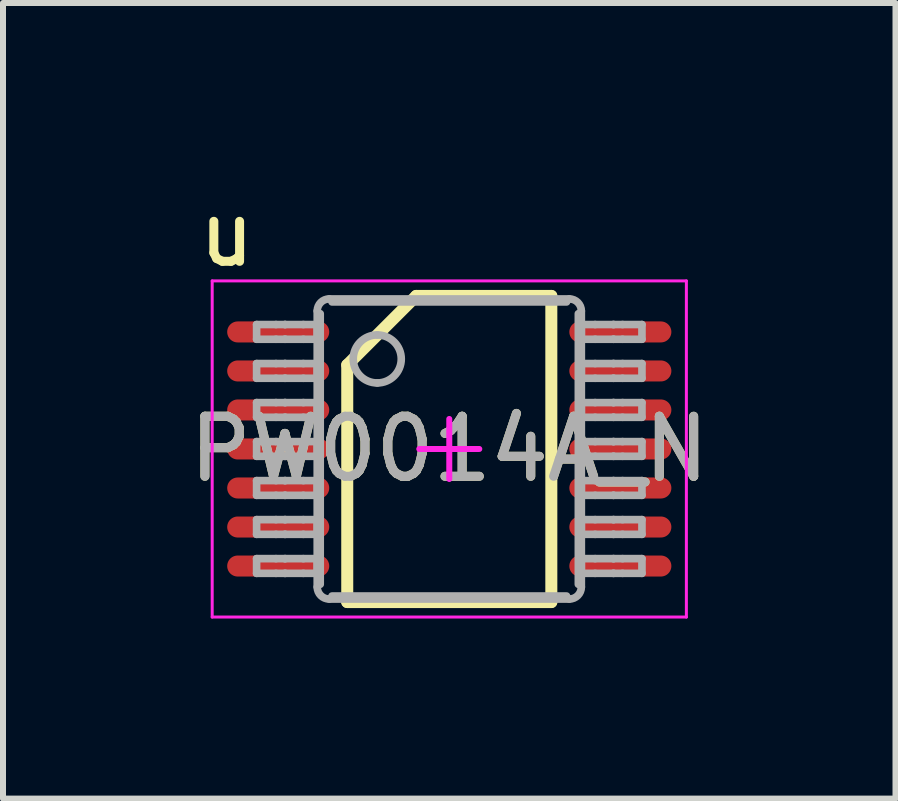
<source format=kicad_pcb>
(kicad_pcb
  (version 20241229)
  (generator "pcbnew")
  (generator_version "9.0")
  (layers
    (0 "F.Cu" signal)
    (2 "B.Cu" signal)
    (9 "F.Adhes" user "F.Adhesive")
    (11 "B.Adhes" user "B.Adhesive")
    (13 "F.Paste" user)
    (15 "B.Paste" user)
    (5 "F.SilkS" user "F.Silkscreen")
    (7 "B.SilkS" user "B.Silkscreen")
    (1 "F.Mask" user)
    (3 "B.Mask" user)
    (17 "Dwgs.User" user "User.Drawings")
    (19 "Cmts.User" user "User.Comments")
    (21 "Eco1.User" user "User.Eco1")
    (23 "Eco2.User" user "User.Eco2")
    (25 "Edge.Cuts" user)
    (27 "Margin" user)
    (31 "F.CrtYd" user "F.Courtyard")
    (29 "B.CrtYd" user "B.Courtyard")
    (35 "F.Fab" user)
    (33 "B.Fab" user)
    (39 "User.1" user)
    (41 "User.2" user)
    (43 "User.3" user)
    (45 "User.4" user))
  (footprint "PW0014A_N"
    (layer "F.Cu")
    (at 4.435 4.43)
    (property "Reference" "PW0014A_N" (at 0 0 0) (unlocked yes) (layer "F.SilkS") (effects (font (size 1 1) (thickness 0.15))))
    (attr smd)
    (fp_line (start -1.7 -1.4) (end -0.55 -2.55) (stroke (width 0.2) (type solid)) (layer "F.SilkS"))
    (fp_line (start -1.7 2.55) (end -1.7 -1.4) (stroke (width 0.2) (type solid)) (layer "F.SilkS"))
    (fp_line (start -1.7 2.55) (end 1.7 2.55) (stroke (width 0.2) (type solid)) (layer "F.SilkS"))
    (fp_line (start -0.55 -2.55) (end 1.7 -2.55) (stroke (width 0.2) (type solid)) (layer "F.SilkS"))
    (fp_line (start 1.7 2.55) (end 1.7 -2.55) (stroke (width 0.2) (type solid)) (layer "F.SilkS"))
    (fp_line (start -3.95 -2.8) (end 3.95 -2.8) (stroke (width 0.05) (type solid)) (layer "F.CrtYd"))
    (fp_line (start -3.95 2.8) (end -3.95 -2.8) (stroke (width 0.05) (type solid)) (layer "F.CrtYd"))
    (fp_line (start -3.95 2.8) (end 3.95 2.8) (stroke (width 0.05) (type solid)) (layer "F.CrtYd"))
    (fp_line (start -0.5 0) (end 0.5 0) (stroke (width 0.1) (type solid)) (layer "F.CrtYd"))
    (fp_line (start 0 0.5) (end 0 -0.5) (stroke (width 0.1) (type solid)) (layer "F.CrtYd"))
    (fp_line (start 3.95 2.8) (end 3.95 -2.8) (stroke (width 0.05) (type solid)) (layer "F.CrtYd"))
    (fp_line (start -3.21 -2.073) (end -2.887 -2.073) (stroke (width 0.127) (type solid)) (layer "F.Fab"))
    (fp_line (start -3.21 -1.828) (end -3.21 -2.073) (stroke (width 0.127) (type solid)) (layer "F.Fab"))
    (fp_line (start -3.21 -1.828) (end -2.887 -1.828) (stroke (width 0.127) (type solid)) (layer "F.Fab"))
    (fp_line (start -3.21 -1.423) (end -2.887 -1.423) (stroke (width 0.127) (type solid)) (layer "F.Fab"))
    (fp_line (start -3.21 -1.178) (end -3.21 -1.423) (stroke (width 0.127) (type solid)) (layer "F.Fab"))
    (fp_line (start -3.21 -1.178) (end -2.887 -1.178) (stroke (width 0.127) (type solid)) (layer "F.Fab"))
    (fp_line (start -3.21 -0.773) (end -2.887 -0.773) (stroke (width 0.127) (type solid)) (layer "F.Fab"))
    (fp_line (start -3.21 -0.528) (end -3.21 -0.773) (stroke (width 0.127) (type solid)) (layer "F.Fab"))
    (fp_line (start -3.21 -0.528) (end -2.887 -0.528) (stroke (width 0.127) (type solid)) (layer "F.Fab"))
    (fp_line (start -3.21 -0.123) (end -2.887 -0.123) (stroke (width 0.127) (type solid)) (layer "F.Fab"))
    (fp_line (start -3.21 0.122) (end -3.21 -0.123) (stroke (width 0.127) (type solid)) (layer "F.Fab"))
    (fp_line (start -3.21 0.122) (end -2.887 0.122) (stroke (width 0.127) (type solid)) (layer "F.Fab"))
    (fp_line (start -3.21 0.527) (end -2.887 0.527) (stroke (width 0.127) (type solid)) (layer "F.Fab"))
    (fp_line (start -3.21 0.772) (end -3.21 0.527) (stroke (width 0.127) (type solid)) (layer "F.Fab"))
    (fp_line (start -3.21 0.772) (end -2.887 0.772) (stroke (width 0.127) (type solid)) (layer "F.Fab"))
    (fp_line (start -3.21 1.177) (end -2.887 1.177) (stroke (width 0.127) (type solid)) (layer "F.Fab"))
    (fp_line (start -3.21 1.422) (end -3.21 1.177) (stroke (width 0.127) (type solid)) (layer "F.Fab"))
    (fp_line (start -3.21 1.422) (end -2.887 1.422) (stroke (width 0.127) (type solid)) (layer "F.Fab"))
    (fp_line (start -3.21 1.827) (end -2.887 1.827) (stroke (width 0.127) (type solid)) (layer "F.Fab"))
    (fp_line (start -3.21 2.072) (end -3.21 1.827) (stroke (width 0.127) (type solid)) (layer "F.Fab"))
    (fp_line (start -3.21 2.072) (end -2.887 2.072) (stroke (width 0.127) (type solid)) (layer "F.Fab"))
    (fp_line (start -2.887 -2.073) (end -2.739 -2.073) (stroke (width 0.127) (type solid)) (layer "F.Fab"))
    (fp_line (start -2.887 -1.828) (end -2.739 -1.828) (stroke (width 0.127) (type solid)) (layer "F.Fab"))
    (fp_line (start -2.887 -1.423) (end -2.739 -1.423) (stroke (width 0.127) (type solid)) (layer "F.Fab"))
    (fp_line (start -2.887 -1.178) (end -2.739 -1.178) (stroke (width 0.127) (type solid)) (layer "F.Fab"))
    (fp_line (start -2.887 -0.773) (end -2.739 -0.773) (stroke (width 0.127) (type solid)) (layer "F.Fab"))
    (fp_line (start -2.887 -0.528) (end -2.739 -0.528) (stroke (width 0.127) (type solid)) (layer "F.Fab"))
    (fp_line (start -2.887 -0.123) (end -2.739 -0.123) (stroke (width 0.127) (type solid)) (layer "F.Fab"))
    (fp_line (start -2.887 0.122) (end -2.739 0.122) (stroke (width 0.127) (type solid)) (layer "F.Fab"))
    (fp_line (start -2.887 0.527) (end -2.739 0.527) (stroke (width 0.127) (type solid)) (layer "F.Fab"))
    (fp_line (start -2.887 0.772) (end -2.739 0.772) (stroke (width 0.127) (type solid)) (layer "F.Fab"))
    (fp_line (start -2.887 1.177) (end -2.739 1.177) (stroke (width 0.127) (type solid)) (layer "F.Fab"))
    (fp_line (start -2.887 1.422) (end -2.739 1.422) (stroke (width 0.127) (type solid)) (layer "F.Fab"))
    (fp_line (start -2.887 1.827) (end -2.739 1.827) (stroke (width 0.127) (type solid)) (layer "F.Fab"))
    (fp_line (start -2.887 2.072) (end -2.739 2.072) (stroke (width 0.127) (type solid)) (layer "F.Fab"))
    (fp_line (start -2.739 -2.073) (end -2.733 -2.073) (stroke (width 0.127) (type solid)) (layer "F.Fab"))
    (fp_line (start -2.739 -1.828) (end -2.733 -1.828) (stroke (width 0.127) (type solid)) (layer "F.Fab"))
    (fp_line (start -2.739 -1.423) (end -2.733 -1.423) (stroke (width 0.127) (type solid)) (layer "F.Fab"))
    (fp_line (start -2.739 -1.178) (end -2.733 -1.178) (stroke (width 0.127) (type solid)) (layer "F.Fab"))
    (fp_line (start -2.739 -0.773) (end -2.733 -0.773) (stroke (width 0.127) (type solid)) (layer "F.Fab"))
    (fp_line (start -2.739 -0.528) (end -2.733 -0.528) (stroke (width 0.127) (type solid)) (layer "F.Fab"))
    (fp_line (start -2.739 -0.123) (end -2.733 -0.123) (stroke (width 0.127) (type solid)) (layer "F.Fab"))
    (fp_line (start -2.739 0.122) (end -2.733 0.122) (stroke (width 0.127) (type solid)) (layer "F.Fab"))
    (fp_line (start -2.739 0.527) (end -2.733 0.527) (stroke (width 0.127) (type solid)) (layer "F.Fab"))
    (fp_line (start -2.739 0.772) (end -2.733 0.772) (stroke (width 0.127) (type solid)) (layer "F.Fab"))
    (fp_line (start -2.739 1.177) (end -2.733 1.177) (stroke (width 0.127) (type solid)) (layer "F.Fab"))
    (fp_line (start -2.739 1.422) (end -2.733 1.422) (stroke (width 0.127) (type solid)) (layer "F.Fab"))
    (fp_line (start -2.739 1.827) (end -2.733 1.827) (stroke (width 0.127) (type solid)) (layer "F.Fab"))
    (fp_line (start -2.739 2.072) (end -2.733 2.072) (stroke (width 0.127) (type solid)) (layer "F.Fab"))
    (fp_line (start -2.733 -2.073) (end -2.431 -2.073) (stroke (width 0.127) (type solid)) (layer "F.Fab"))
    (fp_line (start -2.733 -1.828) (end -2.431 -1.828) (stroke (width 0.127) (type solid)) (layer "F.Fab"))
    (fp_line (start -2.733 -1.423) (end -2.431 -1.423) (stroke (width 0.127) (type solid)) (layer "F.Fab"))
    (fp_line (start -2.733 -1.178) (end -2.431 -1.178) (stroke (width 0.127) (type solid)) (layer "F.Fab"))
    (fp_line (start -2.733 -0.773) (end -2.431 -0.773) (stroke (width 0.127) (type solid)) (layer "F.Fab"))
    (fp_line (start -2.733 -0.528) (end -2.431 -0.528) (stroke (width 0.127) (type solid)) (layer "F.Fab"))
    (fp_line (start -2.733 -0.123) (end -2.431 -0.123) (stroke (width 0.127) (type solid)) (layer "F.Fab"))
    (fp_line (start -2.733 0.122) (end -2.431 0.122) (stroke (width 0.127) (type solid)) (layer "F.Fab"))
    (fp_line (start -2.733 0.527) (end -2.431 0.527) (stroke (width 0.127) (type solid)) (layer "F.Fab"))
    (fp_line (start -2.733 0.772) (end -2.431 0.772) (stroke (width 0.127) (type solid)) (layer "F.Fab"))
    (fp_line (start -2.733 1.177) (end -2.431 1.177) (stroke (width 0.127) (type solid)) (layer "F.Fab"))
    (fp_line (start -2.733 1.422) (end -2.431 1.422) (stroke (width 0.127) (type solid)) (layer "F.Fab"))
    (fp_line (start -2.733 1.827) (end -2.431 1.827) (stroke (width 0.127) (type solid)) (layer "F.Fab"))
    (fp_line (start -2.733 2.072) (end -2.431 2.072) (stroke (width 0.127) (type solid)) (layer "F.Fab"))
    (fp_line (start -2.431 -2.073) (end -2.2 -2.073) (stroke (width 0.127) (type solid)) (layer "F.Fab"))
    (fp_line (start -2.431 -1.828) (end -2.2 -1.828) (stroke (width 0.127) (type solid)) (layer "F.Fab"))
    (fp_line (start -2.431 -1.423) (end -2.2 -1.423) (stroke (width 0.127) (type solid)) (layer "F.Fab"))
    (fp_line (start -2.431 -1.178) (end -2.2 -1.178) (stroke (width 0.127) (type solid)) (layer "F.Fab"))
    (fp_line (start -2.431 -0.773) (end -2.2 -0.773) (stroke (width 0.127) (type solid)) (layer "F.Fab"))
    (fp_line (start -2.431 -0.528) (end -2.2 -0.528) (stroke (width 0.127) (type solid)) (layer "F.Fab"))
    (fp_line (start -2.431 -0.123) (end -2.2 -0.123) (stroke (width 0.127) (type solid)) (layer "F.Fab"))
    (fp_line (start -2.431 0.122) (end -2.2 0.122) (stroke (width 0.127) (type solid)) (layer "F.Fab"))
    (fp_line (start -2.431 0.527) (end -2.2 0.527) (stroke (width 0.127) (type solid)) (layer "F.Fab"))
    (fp_line (start -2.431 0.772) (end -2.2 0.772) (stroke (width 0.127) (type solid)) (layer "F.Fab"))
    (fp_line (start -2.431 1.177) (end -2.2 1.177) (stroke (width 0.127) (type solid)) (layer "F.Fab"))
    (fp_line (start -2.431 1.422) (end -2.2 1.422) (stroke (width 0.127) (type solid)) (layer "F.Fab"))
    (fp_line (start -2.431 1.827) (end -2.2 1.827) (stroke (width 0.127) (type solid)) (layer "F.Fab"))
    (fp_line (start -2.431 2.072) (end -2.2 2.072) (stroke (width 0.127) (type solid)) (layer "F.Fab"))
    (fp_line (start -2.2 -1.828) (end -2.2 -2.073) (stroke (width 0.127) (type solid)) (layer "F.Fab"))
    (fp_line (start -2.2 -1.178) (end -2.2 -1.423) (stroke (width 0.127) (type solid)) (layer "F.Fab"))
    (fp_line (start -2.2 -0.528) (end -2.2 -0.773) (stroke (width 0.127) (type solid)) (layer "F.Fab"))
    (fp_line (start -2.2 0.122) (end -2.2 -0.123) (stroke (width 0.127) (type solid)) (layer "F.Fab"))
    (fp_line (start -2.2 0.772) (end -2.2 0.527) (stroke (width 0.127) (type solid)) (layer "F.Fab"))
    (fp_line (start -2.2 1.422) (end -2.2 1.177) (stroke (width 0.127) (type solid)) (layer "F.Fab"))
    (fp_line (start -2.2 2.072) (end -2.2 1.827) (stroke (width 0.127) (type solid)) (layer "F.Fab"))
    (fp_line (start -2.2 2.3) (end -2.2 -2.3) (stroke (width 0.127) (type solid)) (layer "F.Fab"))
    (fp_line (start -2.15 2.254) (end -2.15 -2.254) (stroke (width 0.127) (type solid)) (layer "F.Fab"))
    (fp_line (start -2 -2.5) (end 2 -2.5) (stroke (width 0.127) (type solid)) (layer "F.Fab"))
    (fp_line (start -2 2.5) (end 2 2.5) (stroke (width 0.127) (type solid)) (layer "F.Fab"))
    (fp_line (start -1.954 -2.45) (end 1.954 -2.45) (stroke (width 0.127) (type solid)) (layer "F.Fab"))
    (fp_line (start -1.954 2.45) (end 1.954 2.45) (stroke (width 0.127) (type solid)) (layer "F.Fab"))
    (fp_line (start 2.15 2.254) (end 2.15 -2.254) (stroke (width 0.127) (type solid)) (layer "F.Fab"))
    (fp_line (start 2.2 -2.073) (end 2.43 -2.073) (stroke (width 0.127) (type solid)) (layer "F.Fab"))
    (fp_line (start 2.2 -1.828) (end 2.2 -2.073) (stroke (width 0.127) (type solid)) (layer "F.Fab"))
    (fp_line (start 2.2 -1.828) (end 2.43 -1.828) (stroke (width 0.127) (type solid)) (layer "F.Fab"))
    (fp_line (start 2.2 -1.423) (end 2.43 -1.423) (stroke (width 0.127) (type solid)) (layer "F.Fab"))
    (fp_line (start 2.2 -1.178) (end 2.2 -1.423) (stroke (width 0.127) (type solid)) (layer "F.Fab"))
    (fp_line (start 2.2 -1.178) (end 2.43 -1.178) (stroke (width 0.127) (type solid)) (layer "F.Fab"))
    (fp_line (start 2.2 -0.773) (end 2.43 -0.773) (stroke (width 0.127) (type solid)) (layer "F.Fab"))
    (fp_line (start 2.2 -0.528) (end 2.2 -0.773) (stroke (width 0.127) (type solid)) (layer "F.Fab"))
    (fp_line (start 2.2 -0.528) (end 2.43 -0.528) (stroke (width 0.127) (type solid)) (layer "F.Fab"))
    (fp_line (start 2.2 -0.123) (end 2.43 -0.123) (stroke (width 0.127) (type solid)) (layer "F.Fab"))
    (fp_line (start 2.2 0.122) (end 2.2 -0.123) (stroke (width 0.127) (type solid)) (layer "F.Fab"))
    (fp_line (start 2.2 0.122) (end 2.43 0.122) (stroke (width 0.127) (type solid)) (layer "F.Fab"))
    (fp_line (start 2.2 0.527) (end 2.43 0.527) (stroke (width 0.127) (type solid)) (layer "F.Fab"))
    (fp_line (start 2.2 0.772) (end 2.2 0.527) (stroke (width 0.127) (type solid)) (layer "F.Fab"))
    (fp_line (start 2.2 0.772) (end 2.43 0.772) (stroke (width 0.127) (type solid)) (layer "F.Fab"))
    (fp_line (start 2.2 1.177) (end 2.43 1.177) (stroke (width 0.127) (type solid)) (layer "F.Fab"))
    (fp_line (start 2.2 1.422) (end 2.2 1.177) (stroke (width 0.127) (type solid)) (layer "F.Fab"))
    (fp_line (start 2.2 1.422) (end 2.43 1.422) (stroke (width 0.127) (type solid)) (layer "F.Fab"))
    (fp_line (start 2.2 1.827) (end 2.43 1.827) (stroke (width 0.127) (type solid)) (layer "F.Fab"))
    (fp_line (start 2.2 2.072) (end 2.2 1.827) (stroke (width 0.127) (type solid)) (layer "F.Fab"))
    (fp_line (start 2.2 2.072) (end 2.43 2.072) (stroke (width 0.127) (type solid)) (layer "F.Fab"))
    (fp_line (start 2.2 2.3) (end 2.2 -2.3) (stroke (width 0.127) (type solid)) (layer "F.Fab"))
    (fp_line (start 2.43 -2.073) (end 2.733 -2.073) (stroke (width 0.127) (type solid)) (layer "F.Fab"))
    (fp_line (start 2.43 -1.828) (end 2.733 -1.828) (stroke (width 0.127) (type solid)) (layer "F.Fab"))
    (fp_line (start 2.43 -1.423) (end 2.733 -1.423) (stroke (width 0.127) (type solid)) (layer "F.Fab"))
    (fp_line (start 2.43 -1.178) (end 2.733 -1.178) (stroke (width 0.127) (type solid)) (layer "F.Fab"))
    (fp_line (start 2.43 -0.773) (end 2.733 -0.773) (stroke (width 0.127) (type solid)) (layer "F.Fab"))
    (fp_line (start 2.43 -0.528) (end 2.733 -0.528) (stroke (width 0.127) (type solid)) (layer "F.Fab"))
    (fp_line (start 2.43 -0.123) (end 2.733 -0.123) (stroke (width 0.127) (type solid)) (layer "F.Fab"))
    (fp_line (start 2.43 0.122) (end 2.733 0.122) (stroke (width 0.127) (type solid)) (layer "F.Fab"))
    (fp_line (start 2.43 0.527) (end 2.733 0.527) (stroke (width 0.127) (type solid)) (layer "F.Fab"))
    (fp_line (start 2.43 0.772) (end 2.733 0.772) (stroke (width 0.127) (type solid)) (layer "F.Fab"))
    (fp_line (start 2.43 1.177) (end 2.733 1.177) (stroke (width 0.127) (type solid)) (layer "F.Fab"))
    (fp_line (start 2.43 1.422) (end 2.733 1.422) (stroke (width 0.127) (type solid)) (layer "F.Fab"))
    (fp_line (start 2.43 1.827) (end 2.733 1.827) (stroke (width 0.127) (type solid)) (layer "F.Fab"))
    (fp_line (start 2.43 2.072) (end 2.733 2.072) (stroke (width 0.127) (type solid)) (layer "F.Fab"))
    (fp_line (start 2.733 -2.073) (end 2.739 -2.073) (stroke (width 0.127) (type solid)) (layer "F.Fab"))
    (fp_line (start 2.733 -1.828) (end 2.739 -1.828) (stroke (width 0.127) (type solid)) (layer "F.Fab"))
    (fp_line (start 2.733 -1.423) (end 2.739 -1.423) (stroke (width 0.127) (type solid)) (layer "F.Fab"))
    (fp_line (start 2.733 -1.178) (end 2.739 -1.178) (stroke (width 0.127) (type solid)) (layer "F.Fab"))
    (fp_line (start 2.733 -0.773) (end 2.739 -0.773) (stroke (width 0.127) (type solid)) (layer "F.Fab"))
    (fp_line (start 2.733 -0.528) (end 2.739 -0.528) (stroke (width 0.127) (type solid)) (layer "F.Fab"))
    (fp_line (start 2.733 -0.123) (end 2.739 -0.123) (stroke (width 0.127) (type solid)) (layer "F.Fab"))
    (fp_line (start 2.733 0.122) (end 2.739 0.122) (stroke (width 0.127) (type solid)) (layer "F.Fab"))
    (fp_line (start 2.733 0.527) (end 2.739 0.527) (stroke (width 0.127) (type solid)) (layer "F.Fab"))
    (fp_line (start 2.733 0.772) (end 2.739 0.772) (stroke (width 0.127) (type solid)) (layer "F.Fab"))
    (fp_line (start 2.733 1.177) (end 2.739 1.177) (stroke (width 0.127) (type solid)) (layer "F.Fab"))
    (fp_line (start 2.733 1.422) (end 2.739 1.422) (stroke (width 0.127) (type solid)) (layer "F.Fab"))
    (fp_line (start 2.733 1.827) (end 2.739 1.827) (stroke (width 0.127) (type solid)) (layer "F.Fab"))
    (fp_line (start 2.733 2.072) (end 2.739 2.072) (stroke (width 0.127) (type solid)) (layer "F.Fab"))
    (fp_line (start 2.739 -2.073) (end 2.887 -2.073) (stroke (width 0.127) (type solid)) (layer "F.Fab"))
    (fp_line (start 2.739 -1.828) (end 2.887 -1.828) (stroke (width 0.127) (type solid)) (layer "F.Fab"))
    (fp_line (start 2.739 -1.423) (end 2.887 -1.423) (stroke (width 0.127) (type solid)) (layer "F.Fab"))
    (fp_line (start 2.739 -1.178) (end 2.887 -1.178) (stroke (width 0.127) (type solid)) (layer "F.Fab"))
    (fp_line (start 2.739 -0.773) (end 2.887 -0.773) (stroke (width 0.127) (type solid)) (layer "F.Fab"))
    (fp_line (start 2.739 -0.528) (end 2.887 -0.528) (stroke (width 0.127) (type solid)) (layer "F.Fab"))
    (fp_line (start 2.739 -0.123) (end 2.887 -0.123) (stroke (width 0.127) (type solid)) (layer "F.Fab"))
    (fp_line (start 2.739 0.122) (end 2.887 0.122) (stroke (width 0.127) (type solid)) (layer "F.Fab"))
    (fp_line (start 2.739 0.527) (end 2.887 0.527) (stroke (width 0.127) (type solid)) (layer "F.Fab"))
    (fp_line (start 2.739 0.772) (end 2.887 0.772) (stroke (width 0.127) (type solid)) (layer "F.Fab"))
    (fp_line (start 2.739 1.177) (end 2.887 1.177) (stroke (width 0.127) (type solid)) (layer "F.Fab"))
    (fp_line (start 2.739 1.422) (end 2.887 1.422) (stroke (width 0.127) (type solid)) (layer "F.Fab"))
    (fp_line (start 2.739 1.827) (end 2.887 1.827) (stroke (width 0.127) (type solid)) (layer "F.Fab"))
    (fp_line (start 2.739 2.072) (end 2.887 2.072) (stroke (width 0.127) (type solid)) (layer "F.Fab"))
    (fp_line (start 2.887 -2.073) (end 3.21 -2.073) (stroke (width 0.127) (type solid)) (layer "F.Fab"))
    (fp_line (start 2.887 -1.828) (end 3.21 -1.828) (stroke (width 0.127) (type solid)) (layer "F.Fab"))
    (fp_line (start 2.887 -1.423) (end 3.21 -1.423) (stroke (width 0.127) (type solid)) (layer "F.Fab"))
    (fp_line (start 2.887 -1.178) (end 3.21 -1.178) (stroke (width 0.127) (type solid)) (layer "F.Fab"))
    (fp_line (start 2.887 -0.773) (end 3.21 -0.773) (stroke (width 0.127) (type solid)) (layer "F.Fab"))
    (fp_line (start 2.887 -0.528) (end 3.21 -0.528) (stroke (width 0.127) (type solid)) (layer "F.Fab"))
    (fp_line (start 2.887 -0.123) (end 3.21 -0.123) (stroke (width 0.127) (type solid)) (layer "F.Fab"))
    (fp_line (start 2.887 0.122) (end 3.21 0.122) (stroke (width 0.127) (type solid)) (layer "F.Fab"))
    (fp_line (start 2.887 0.527) (end 3.21 0.527) (stroke (width 0.127) (type solid)) (layer "F.Fab"))
    (fp_line (start 2.887 0.772) (end 3.21 0.772) (stroke (width 0.127) (type solid)) (layer "F.Fab"))
    (fp_line (start 2.887 1.177) (end 3.21 1.177) (stroke (width 0.127) (type solid)) (layer "F.Fab"))
    (fp_line (start 2.887 1.422) (end 3.21 1.422) (stroke (width 0.127) (type solid)) (layer "F.Fab"))
    (fp_line (start 2.887 1.827) (end 3.21 1.827) (stroke (width 0.127) (type solid)) (layer "F.Fab"))
    (fp_line (start 2.887 2.072) (end 3.21 2.072) (stroke (width 0.127) (type solid)) (layer "F.Fab"))
    (fp_line (start 3.21 -1.828) (end 3.21 -2.073) (stroke (width 0.127) (type solid)) (layer "F.Fab"))
    (fp_line (start 3.21 -1.178) (end 3.21 -1.423) (stroke (width 0.127) (type solid)) (layer "F.Fab"))
    (fp_line (start 3.21 -0.528) (end 3.21 -0.773) (stroke (width 0.127) (type solid)) (layer "F.Fab"))
    (fp_line (start 3.21 0.122) (end 3.21 -0.123) (stroke (width 0.127) (type solid)) (layer "F.Fab"))
    (fp_line (start 3.21 0.772) (end 3.21 0.527) (stroke (width 0.127) (type solid)) (layer "F.Fab"))
    (fp_line (start 3.21 1.422) (end 3.21 1.177) (stroke (width 0.127) (type solid)) (layer "F.Fab"))
    (fp_line (start 3.21 2.072) (end 3.21 1.827) (stroke (width 0.127) (type solid)) (layer "F.Fab"))
    (fp_arc (start -2.200001 -2.3) (mid -2.141422 -2.441421) (end -2.000001 -2.5) (stroke (width 0.127) (type solid)) (layer "F.Fab"))
    (fp_arc (start -2.000001 2.49999) (mid -2.141422 2.441412) (end -2.200001 2.29999) (stroke (width 0.127) (type solid)) (layer "F.Fab"))
    (fp_arc (start -1.200003 -1.900001) (mid -0.800003 -1.500002) (end -1.200003 -1.100003) (stroke (width 0.127) (type solid)) (layer "F.Fab"))
    (fp_arc (start -1.200003 -1.100003) (mid -1.600002 -1.500002) (end -1.200003 -1.900001) (stroke (width 0.127) (type solid)) (layer "F.Fab"))
    (fp_arc (start 1.999991 -2.5) (mid 2.141412 -2.441422) (end 2.199991 -2.3) (stroke (width 0.127) (type solid)) (layer "F.Fab"))
    (fp_arc (start 2.199991 2.29999) (mid 2.141412 2.441411) (end 1.999991 2.49999) (stroke (width 0.127) (type solid)) (layer "F.Fab"))
    (fp_text user "u" (at -3.708 -3.581 0) (unlocked yes) (layer "F.SilkS") (effects (font (size 1 1) (thickness 0.15))))
    (fp_text user "${REFERENCE}" (at 0 0 0) (unlocked yes) (layer "F.Fab") (effects (font (size 1 1) (thickness 0.15))))
    (pad "1" smd oval (at -2.85 -1.95 90) (size 0.35 1.7) (layers "F.Cu" "F.Mask" "F.Paste"))
    (pad "2" smd oval (at -2.85 -1.3 90) (size 0.35 1.7) (layers "F.Cu" "F.Mask" "F.Paste"))
    (pad "3" smd oval (at -2.85 -0.65 90) (size 0.35 1.7) (layers "F.Cu" "F.Mask" "F.Paste"))
    (pad "4" smd oval (at -2.85 0 90) (size 0.35 1.7) (layers "F.Cu" "F.Mask" "F.Paste"))
    (pad "5" smd oval (at -2.85 0.65 90) (size 0.35 1.7) (layers "F.Cu" "F.Mask" "F.Paste"))
    (pad "6" smd oval (at -2.85 1.3 90) (size 0.35 1.7) (layers "F.Cu" "F.Mask" "F.Paste"))
    (pad "7" smd oval (at -2.85 1.95 90) (size 0.35 1.7) (layers "F.Cu" "F.Mask" "F.Paste"))
    (pad "8" smd oval (at 2.85 1.95 90) (size 0.35 1.7) (layers "F.Cu" "F.Mask" "F.Paste"))
    (pad "9" smd oval (at 2.85 1.3 90) (size 0.35 1.7) (layers "F.Cu" "F.Mask" "F.Paste"))
    (pad "10" smd oval (at 2.85 0.65 90) (size 0.35 1.7) (layers "F.Cu" "F.Mask" "F.Paste"))
    (pad "11" smd oval (at 2.85 0 90) (size 0.35 1.7) (layers "F.Cu" "F.Mask" "F.Paste"))
    (pad "12" smd oval (at 2.85 -0.65 90) (size 0.35 1.7) (layers "F.Cu" "F.Mask" "F.Paste"))
    (pad "13" smd oval (at 2.85 -1.3 90) (size 0.35 1.7) (layers "F.Cu" "F.Mask" "F.Paste"))
    (pad "14" smd oval (at 2.85 -1.95 90) (size 0.35 1.7) (layers "F.Cu" "F.Mask" "F.Paste")))
  (gr_rect
    (start -3 -3)
    (end 11.869 10.255)
    (stroke (width 0.1) (type default))
    (fill no)
    (layer "Edge.Cuts")))
</source>
